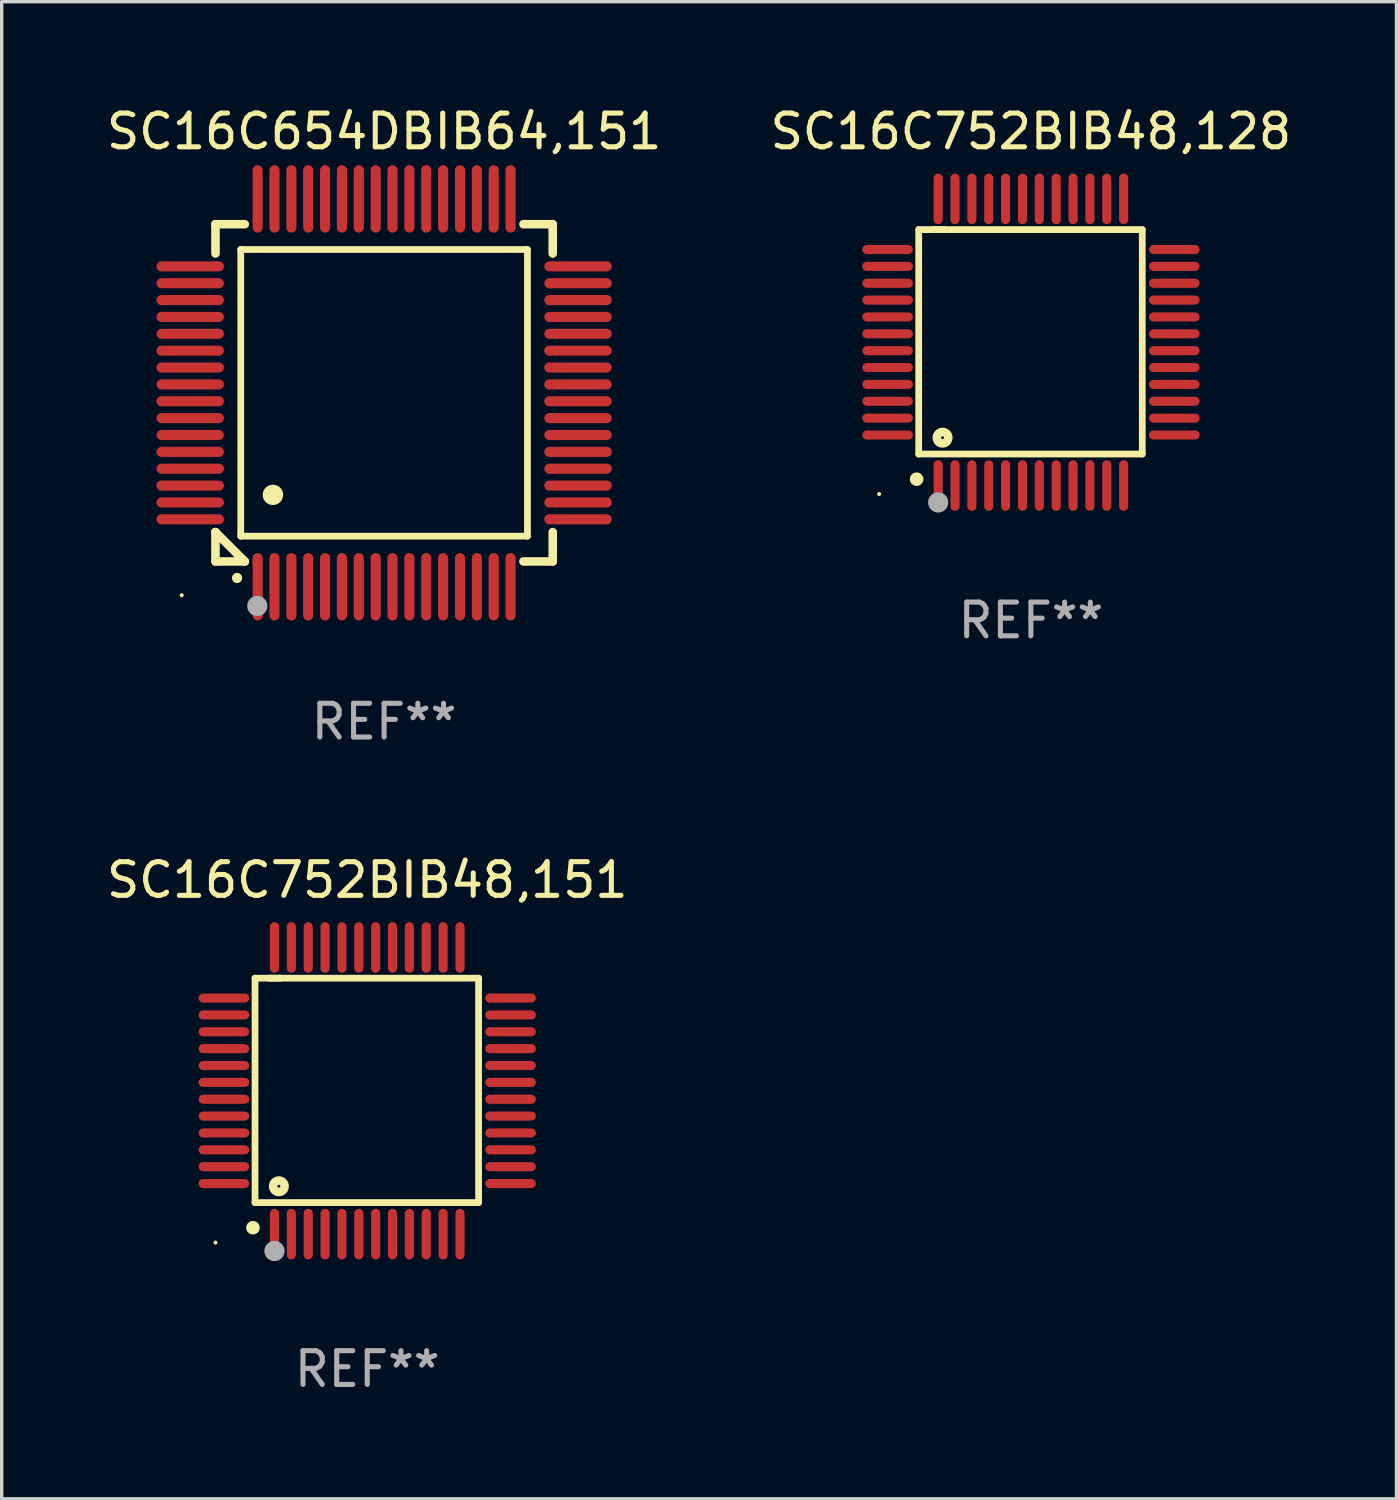
<source format=kicad_pcb>
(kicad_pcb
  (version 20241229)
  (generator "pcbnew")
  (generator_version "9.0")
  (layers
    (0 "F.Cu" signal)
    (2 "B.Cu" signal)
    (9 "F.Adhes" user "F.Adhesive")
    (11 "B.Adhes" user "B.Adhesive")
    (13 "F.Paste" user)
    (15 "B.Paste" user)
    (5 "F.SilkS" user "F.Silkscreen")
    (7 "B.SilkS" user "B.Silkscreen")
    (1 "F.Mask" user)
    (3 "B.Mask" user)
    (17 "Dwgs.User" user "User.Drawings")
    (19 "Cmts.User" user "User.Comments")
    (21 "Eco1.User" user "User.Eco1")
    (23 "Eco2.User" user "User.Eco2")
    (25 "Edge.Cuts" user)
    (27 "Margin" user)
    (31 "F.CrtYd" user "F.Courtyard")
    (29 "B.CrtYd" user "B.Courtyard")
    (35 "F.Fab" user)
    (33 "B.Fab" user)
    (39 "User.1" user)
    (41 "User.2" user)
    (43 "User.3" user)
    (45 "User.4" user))
  (footprint "SC16C752BIB48,128"
    (layer "F.Cu")
    (at 27.518 7.098)
    (property "Reference" "SC16C752BIB48,128" (at 0 -6.25 0) (layer "F.SilkS") (effects (font (size 1 1) (thickness 0.15))))
    (attr through_hole)
    (fp_line (start -3.327 -3.34) (end -2.565 -3.34) (stroke (width 0.2) (type solid)) (layer "F.SilkS"))
    (fp_line (start -3.327 3.315) (end -3.327 -3.34) (stroke (width 0.2) (type solid)) (layer "F.SilkS"))
    (fp_line (start -2.896 -3.34) (end 3.302 -3.34) (stroke (width 0.2) (type solid)) (layer "F.SilkS"))
    (fp_line (start 3.302 -3.34) (end 3.302 3.315) (stroke (width 0.2) (type solid)) (layer "F.SilkS"))
    (fp_line (start 3.302 3.315) (end -3.327 3.315) (stroke (width 0.2) (type solid)) (layer "F.SilkS"))
    (fp_arc (start -3.389992 4.059995) (mid -3.388722 4.059991) (end -3.387452 4.059995) (stroke (width 0.4) (type solid)) (layer "F.SilkS"))
    (fp_circle (center -4.5 4.5) (end -4.47 4.5) (stroke (width 0.06) (type solid)) (fill no) (layer "F.SilkS"))
    (fp_circle (center -2.62 2.83) (end -2.45 2.83) (stroke (width 0.254) (type solid)) (fill no) (layer "F.SilkS"))
    (fp_circle (center -2.75 4.75) (end -2.6 4.75) (stroke (width 0.3) (type solid)) (fill no) (layer "F.Fab"))
    (fp_text user "REF**" (at 0 8.25 0) (layer "F.Fab") (effects (font (size 1 1) (thickness 0.15))))
    (pad "1" smd oval (at -2.75 4.25) (size 0.27 1.5) (layers "F.Cu" "F.Mask" "F.Paste"))
    (pad "2" smd oval (at -2.25 4.25) (size 0.27 1.5) (layers "F.Cu" "F.Mask" "F.Paste"))
    (pad "3" smd oval (at -1.75 4.25) (size 0.27 1.5) (layers "F.Cu" "F.Mask" "F.Paste"))
    (pad "4" smd oval (at -1.25 4.25) (size 0.27 1.5) (layers "F.Cu" "F.Mask" "F.Paste"))
    (pad "5" smd oval (at -0.75 4.25) (size 0.27 1.5) (layers "F.Cu" "F.Mask" "F.Paste"))
    (pad "6" smd oval (at -0.25 4.25) (size 0.27 1.5) (layers "F.Cu" "F.Mask" "F.Paste"))
    (pad "7" smd oval (at 0.25 4.25) (size 0.27 1.5) (layers "F.Cu" "F.Mask" "F.Paste"))
    (pad "8" smd oval (at 0.75 4.25) (size 0.27 1.5) (layers "F.Cu" "F.Mask" "F.Paste"))
    (pad "9" smd oval (at 1.25 4.25) (size 0.27 1.5) (layers "F.Cu" "F.Mask" "F.Paste"))
    (pad "10" smd oval (at 1.75 4.25) (size 0.27 1.5) (layers "F.Cu" "F.Mask" "F.Paste"))
    (pad "11" smd oval (at 2.25 4.25) (size 0.27 1.5) (layers "F.Cu" "F.Mask" "F.Paste"))
    (pad "12" smd oval (at 2.75 4.25) (size 0.27 1.5) (layers "F.Cu" "F.Mask" "F.Paste"))
    (pad "13" smd oval (at 4.25 2.75) (size 1.5 0.27) (layers "F.Cu" "F.Mask" "F.Paste"))
    (pad "14" smd oval (at 4.25 2.25) (size 1.5 0.27) (layers "F.Cu" "F.Mask" "F.Paste"))
    (pad "15" smd oval (at 4.25 1.75) (size 1.5 0.27) (layers "F.Cu" "F.Mask" "F.Paste"))
    (pad "16" smd oval (at 4.25 1.25) (size 1.5 0.27) (layers "F.Cu" "F.Mask" "F.Paste"))
    (pad "17" smd oval (at 4.25 0.75) (size 1.5 0.27) (layers "F.Cu" "F.Mask" "F.Paste"))
    (pad "18" smd oval (at 4.25 0.25) (size 1.5 0.27) (layers "F.Cu" "F.Mask" "F.Paste"))
    (pad "19" smd oval (at 4.25 -0.25) (size 1.5 0.27) (layers "F.Cu" "F.Mask" "F.Paste"))
    (pad "20" smd oval (at 4.25 -0.75) (size 1.5 0.27) (layers "F.Cu" "F.Mask" "F.Paste"))
    (pad "21" smd oval (at 4.25 -1.25) (size 1.5 0.27) (layers "F.Cu" "F.Mask" "F.Paste"))
    (pad "22" smd oval (at 4.25 -1.75) (size 1.5 0.27) (layers "F.Cu" "F.Mask" "F.Paste"))
    (pad "23" smd oval (at 4.25 -2.25) (size 1.5 0.27) (layers "F.Cu" "F.Mask" "F.Paste"))
    (pad "24" smd oval (at 4.25 -2.75) (size 1.5 0.27) (layers "F.Cu" "F.Mask" "F.Paste"))
    (pad "25" smd oval (at 2.75 -4.25) (size 0.27 1.5) (layers "F.Cu" "F.Mask" "F.Paste"))
    (pad "26" smd oval (at 2.25 -4.25) (size 0.27 1.5) (layers "F.Cu" "F.Mask" "F.Paste"))
    (pad "27" smd oval (at 1.75 -4.25) (size 0.27 1.5) (layers "F.Cu" "F.Mask" "F.Paste"))
    (pad "28" smd oval (at 1.25 -4.25) (size 0.27 1.5) (layers "F.Cu" "F.Mask" "F.Paste"))
    (pad "29" smd oval (at 0.75 -4.25) (size 0.27 1.5) (layers "F.Cu" "F.Mask" "F.Paste"))
    (pad "30" smd oval (at 0.25 -4.25) (size 0.27 1.5) (layers "F.Cu" "F.Mask" "F.Paste"))
    (pad "31" smd oval (at -0.25 -4.25) (size 0.27 1.5) (layers "F.Cu" "F.Mask" "F.Paste"))
    (pad "32" smd oval (at -0.75 -4.25) (size 0.27 1.5) (layers "F.Cu" "F.Mask" "F.Paste"))
    (pad "33" smd oval (at -1.25 -4.25) (size 0.27 1.5) (layers "F.Cu" "F.Mask" "F.Paste"))
    (pad "34" smd oval (at -1.75 -4.25) (size 0.27 1.5) (layers "F.Cu" "F.Mask" "F.Paste"))
    (pad "35" smd oval (at -2.25 -4.25) (size 0.27 1.5) (layers "F.Cu" "F.Mask" "F.Paste"))
    (pad "36" smd oval (at -2.75 -4.25) (size 0.27 1.5) (layers "F.Cu" "F.Mask" "F.Paste"))
    (pad "37" smd oval (at -4.25 -2.75) (size 1.5 0.27) (layers "F.Cu" "F.Mask" "F.Paste"))
    (pad "38" smd oval (at -4.25 -2.25) (size 1.5 0.27) (layers "F.Cu" "F.Mask" "F.Paste"))
    (pad "39" smd oval (at -4.25 -1.75) (size 1.5 0.27) (layers "F.Cu" "F.Mask" "F.Paste"))
    (pad "40" smd oval (at -4.25 -1.25) (size 1.5 0.27) (layers "F.Cu" "F.Mask" "F.Paste"))
    (pad "41" smd oval (at -4.25 -0.75) (size 1.5 0.27) (layers "F.Cu" "F.Mask" "F.Paste"))
    (pad "42" smd oval (at -4.25 -0.25) (size 1.5 0.27) (layers "F.Cu" "F.Mask" "F.Paste"))
    (pad "43" smd oval (at -4.25 0.25) (size 1.5 0.27) (layers "F.Cu" "F.Mask" "F.Paste"))
    (pad "44" smd oval (at -4.25 0.75) (size 1.5 0.27) (layers "F.Cu" "F.Mask" "F.Paste"))
    (pad "45" smd oval (at -4.25 1.25) (size 1.5 0.27) (layers "F.Cu" "F.Mask" "F.Paste"))
    (pad "46" smd oval (at -4.25 1.75) (size 1.5 0.27) (layers "F.Cu" "F.Mask" "F.Paste"))
    (pad "47" smd oval (at -4.25 2.25) (size 1.5 0.27) (layers "F.Cu" "F.Mask" "F.Paste"))
    (pad "48" smd oval (at -4.25 2.75) (size 1.5 0.27) (layers "F.Cu" "F.Mask" "F.Paste")))
  (footprint "SC16C752BIB48,151"
    (layer "F.Cu")
    (at 7.839 29.294)
    (property "Reference" "SC16C752BIB48,151" (at 0 -6.25 0) (layer "F.SilkS") (effects (font (size 1 1) (thickness 0.15))))
    (attr through_hole)
    (fp_line (start -3.327 -3.34) (end -2.565 -3.34) (stroke (width 0.2) (type solid)) (layer "F.SilkS"))
    (fp_line (start -3.327 3.315) (end -3.327 -3.34) (stroke (width 0.2) (type solid)) (layer "F.SilkS"))
    (fp_line (start -2.896 -3.34) (end 3.302 -3.34) (stroke (width 0.2) (type solid)) (layer "F.SilkS"))
    (fp_line (start 3.302 -3.34) (end 3.302 3.315) (stroke (width 0.2) (type solid)) (layer "F.SilkS"))
    (fp_line (start 3.302 3.315) (end -3.327 3.315) (stroke (width 0.2) (type solid)) (layer "F.SilkS"))
    (fp_arc (start -3.389992 4.059995) (mid -3.388722 4.059991) (end -3.387452 4.059995) (stroke (width 0.4) (type solid)) (layer "F.SilkS"))
    (fp_circle (center -4.5 4.5) (end -4.47 4.5) (stroke (width 0.06) (type solid)) (fill no) (layer "F.SilkS"))
    (fp_circle (center -2.62 2.83) (end -2.45 2.83) (stroke (width 0.254) (type solid)) (fill no) (layer "F.SilkS"))
    (fp_circle (center -2.75 4.75) (end -2.6 4.75) (stroke (width 0.3) (type solid)) (fill no) (layer "F.Fab"))
    (fp_text user "REF**" (at 0 8.25 0) (layer "F.Fab") (effects (font (size 1 1) (thickness 0.15))))
    (pad "1" smd oval (at -2.75 4.25) (size 0.27 1.5) (layers "F.Cu" "F.Mask" "F.Paste"))
    (pad "2" smd oval (at -2.25 4.25) (size 0.27 1.5) (layers "F.Cu" "F.Mask" "F.Paste"))
    (pad "3" smd oval (at -1.75 4.25) (size 0.27 1.5) (layers "F.Cu" "F.Mask" "F.Paste"))
    (pad "4" smd oval (at -1.25 4.25) (size 0.27 1.5) (layers "F.Cu" "F.Mask" "F.Paste"))
    (pad "5" smd oval (at -0.75 4.25) (size 0.27 1.5) (layers "F.Cu" "F.Mask" "F.Paste"))
    (pad "6" smd oval (at -0.25 4.25) (size 0.27 1.5) (layers "F.Cu" "F.Mask" "F.Paste"))
    (pad "7" smd oval (at 0.25 4.25) (size 0.27 1.5) (layers "F.Cu" "F.Mask" "F.Paste"))
    (pad "8" smd oval (at 0.75 4.25) (size 0.27 1.5) (layers "F.Cu" "F.Mask" "F.Paste"))
    (pad "9" smd oval (at 1.25 4.25) (size 0.27 1.5) (layers "F.Cu" "F.Mask" "F.Paste"))
    (pad "10" smd oval (at 1.75 4.25) (size 0.27 1.5) (layers "F.Cu" "F.Mask" "F.Paste"))
    (pad "11" smd oval (at 2.25 4.25) (size 0.27 1.5) (layers "F.Cu" "F.Mask" "F.Paste"))
    (pad "12" smd oval (at 2.75 4.25) (size 0.27 1.5) (layers "F.Cu" "F.Mask" "F.Paste"))
    (pad "13" smd oval (at 4.25 2.75) (size 1.5 0.27) (layers "F.Cu" "F.Mask" "F.Paste"))
    (pad "14" smd oval (at 4.25 2.25) (size 1.5 0.27) (layers "F.Cu" "F.Mask" "F.Paste"))
    (pad "15" smd oval (at 4.25 1.75) (size 1.5 0.27) (layers "F.Cu" "F.Mask" "F.Paste"))
    (pad "16" smd oval (at 4.25 1.25) (size 1.5 0.27) (layers "F.Cu" "F.Mask" "F.Paste"))
    (pad "17" smd oval (at 4.25 0.75) (size 1.5 0.27) (layers "F.Cu" "F.Mask" "F.Paste"))
    (pad "18" smd oval (at 4.25 0.25) (size 1.5 0.27) (layers "F.Cu" "F.Mask" "F.Paste"))
    (pad "19" smd oval (at 4.25 -0.25) (size 1.5 0.27) (layers "F.Cu" "F.Mask" "F.Paste"))
    (pad "20" smd oval (at 4.25 -0.75) (size 1.5 0.27) (layers "F.Cu" "F.Mask" "F.Paste"))
    (pad "21" smd oval (at 4.25 -1.25) (size 1.5 0.27) (layers "F.Cu" "F.Mask" "F.Paste"))
    (pad "22" smd oval (at 4.25 -1.75) (size 1.5 0.27) (layers "F.Cu" "F.Mask" "F.Paste"))
    (pad "23" smd oval (at 4.25 -2.25) (size 1.5 0.27) (layers "F.Cu" "F.Mask" "F.Paste"))
    (pad "24" smd oval (at 4.25 -2.75) (size 1.5 0.27) (layers "F.Cu" "F.Mask" "F.Paste"))
    (pad "25" smd oval (at 2.75 -4.25) (size 0.27 1.5) (layers "F.Cu" "F.Mask" "F.Paste"))
    (pad "26" smd oval (at 2.25 -4.25) (size 0.27 1.5) (layers "F.Cu" "F.Mask" "F.Paste"))
    (pad "27" smd oval (at 1.75 -4.25) (size 0.27 1.5) (layers "F.Cu" "F.Mask" "F.Paste"))
    (pad "28" smd oval (at 1.25 -4.25) (size 0.27 1.5) (layers "F.Cu" "F.Mask" "F.Paste"))
    (pad "29" smd oval (at 0.75 -4.25) (size 0.27 1.5) (layers "F.Cu" "F.Mask" "F.Paste"))
    (pad "30" smd oval (at 0.25 -4.25) (size 0.27 1.5) (layers "F.Cu" "F.Mask" "F.Paste"))
    (pad "31" smd oval (at -0.25 -4.25) (size 0.27 1.5) (layers "F.Cu" "F.Mask" "F.Paste"))
    (pad "32" smd oval (at -0.75 -4.25) (size 0.27 1.5) (layers "F.Cu" "F.Mask" "F.Paste"))
    (pad "33" smd oval (at -1.25 -4.25) (size 0.27 1.5) (layers "F.Cu" "F.Mask" "F.Paste"))
    (pad "34" smd oval (at -1.75 -4.25) (size 0.27 1.5) (layers "F.Cu" "F.Mask" "F.Paste"))
    (pad "35" smd oval (at -2.25 -4.25) (size 0.27 1.5) (layers "F.Cu" "F.Mask" "F.Paste"))
    (pad "36" smd oval (at -2.75 -4.25) (size 0.27 1.5) (layers "F.Cu" "F.Mask" "F.Paste"))
    (pad "37" smd oval (at -4.25 -2.75) (size 1.5 0.27) (layers "F.Cu" "F.Mask" "F.Paste"))
    (pad "38" smd oval (at -4.25 -2.25) (size 1.5 0.27) (layers "F.Cu" "F.Mask" "F.Paste"))
    (pad "39" smd oval (at -4.25 -1.75) (size 1.5 0.27) (layers "F.Cu" "F.Mask" "F.Paste"))
    (pad "40" smd oval (at -4.25 -1.25) (size 1.5 0.27) (layers "F.Cu" "F.Mask" "F.Paste"))
    (pad "41" smd oval (at -4.25 -0.75) (size 1.5 0.27) (layers "F.Cu" "F.Mask" "F.Paste"))
    (pad "42" smd oval (at -4.25 -0.25) (size 1.5 0.27) (layers "F.Cu" "F.Mask" "F.Paste"))
    (pad "43" smd oval (at -4.25 0.25) (size 1.5 0.27) (layers "F.Cu" "F.Mask" "F.Paste"))
    (pad "44" smd oval (at -4.25 0.75) (size 1.5 0.27) (layers "F.Cu" "F.Mask" "F.Paste"))
    (pad "45" smd oval (at -4.25 1.25) (size 1.5 0.27) (layers "F.Cu" "F.Mask" "F.Paste"))
    (pad "46" smd oval (at -4.25 1.75) (size 1.5 0.27) (layers "F.Cu" "F.Mask" "F.Paste"))
    (pad "47" smd oval (at -4.25 2.25) (size 1.5 0.27) (layers "F.Cu" "F.Mask" "F.Paste"))
    (pad "48" smd oval (at -4.25 2.75) (size 1.5 0.27) (layers "F.Cu" "F.Mask" "F.Paste")))
  (footprint "SC16C654DBIB64,151"
    (layer "F.Cu")
    (at 8.339 8.598)
    (property "Reference" "SC16C654DBIB64,151" (at 0 -7.75 0) (layer "F.SilkS") (effects (font (size 1 1) (thickness 0.15))))
    (attr through_hole)
    (fp_line (start -5 -5) (end -4.131 -5) (stroke (width 0.254) (type solid)) (layer "F.SilkS"))
    (fp_line (start -5 -4.131) (end -5 -5) (stroke (width 0.254) (type solid)) (layer "F.SilkS"))
    (fp_line (start -5 4.131) (end -5 4.131) (stroke (width 0.254) (type solid)) (layer "F.SilkS"))
    (fp_line (start -5 5) (end -5 4.131) (stroke (width 0.254) (type solid)) (layer "F.SilkS"))
    (fp_line (start -5 4.131) (end -4.131 5) (stroke (width 0.254) (type solid)) (layer "F.SilkS"))
    (fp_line (start -4.25 -4.25) (end -4.25 4.25) (stroke (width 0.2) (type solid)) (layer "F.SilkS"))
    (fp_line (start -4.25 4.25) (end 4.25 4.25) (stroke (width 0.2) (type solid)) (layer "F.SilkS"))
    (fp_line (start -4.131 5) (end -5 5) (stroke (width 0.254) (type solid)) (layer "F.SilkS"))
    (fp_line (start 4.25 -4.25) (end -4.25 -4.25) (stroke (width 0.2) (type solid)) (layer "F.SilkS"))
    (fp_line (start 4.25 4.25) (end 4.25 -4.25) (stroke (width 0.2) (type solid)) (layer "F.SilkS"))
    (fp_line (start 5 -5) (end 4.131 -5) (stroke (width 0.254) (type solid)) (layer "F.SilkS"))
    (fp_line (start 5 -5) (end 5 -4.131) (stroke (width 0.254) (type solid)) (layer "F.SilkS"))
    (fp_line (start 5 4.131) (end 5 5) (stroke (width 0.254) (type solid)) (layer "F.SilkS"))
    (fp_line (start 5 5) (end 4.131 5) (stroke (width 0.254) (type solid)) (layer "F.SilkS"))
    (fp_arc (start -4.361265 5.489992) (mid -4.359995 5.489987) (end -4.358725 5.489992) (stroke (width 0.3) (type solid)) (layer "F.SilkS"))
    (fp_arc (start -3.299467 3.025146) (mid -3.296927 3.025135) (end -3.294387 3.025146) (stroke (width 0.6) (type solid)) (layer "F.SilkS"))
    (fp_circle (center -6 6) (end -5.97 6) (stroke (width 0.06) (type solid)) (fill no) (layer "F.SilkS"))
    (fp_circle (center -3.76 6.32) (end -3.61 6.32) (stroke (width 0.3) (type solid)) (fill no) (layer "F.Fab"))
    (fp_text user "REF**" (at 0 9.75 0) (layer "F.Fab") (effects (font (size 1 1) (thickness 0.15))))
    (pad "1" smd oval (at -3.75 5.75) (size 0.3 2) (layers "F.Cu" "F.Mask" "F.Paste"))
    (pad "2" smd oval (at -3.25 5.75) (size 0.3 2) (layers "F.Cu" "F.Mask" "F.Paste"))
    (pad "3" smd oval (at -2.75 5.75) (size 0.3 2) (layers "F.Cu" "F.Mask" "F.Paste"))
    (pad "4" smd oval (at -2.25 5.75) (size 0.3 2) (layers "F.Cu" "F.Mask" "F.Paste"))
    (pad "5" smd oval (at -1.75 5.75) (size 0.3 2) (layers "F.Cu" "F.Mask" "F.Paste"))
    (pad "6" smd oval (at -1.25 5.75) (size 0.3 2) (layers "F.Cu" "F.Mask" "F.Paste"))
    (pad "7" smd oval (at -0.75 5.75) (size 0.3 2) (layers "F.Cu" "F.Mask" "F.Paste"))
    (pad "8" smd oval (at -0.25 5.75) (size 0.3 2) (layers "F.Cu" "F.Mask" "F.Paste"))
    (pad "9" smd oval (at 0.25 5.75) (size 0.3 2) (layers "F.Cu" "F.Mask" "F.Paste"))
    (pad "10" smd oval (at 0.75 5.75) (size 0.3 2) (layers "F.Cu" "F.Mask" "F.Paste"))
    (pad "11" smd oval (at 1.25 5.75) (size 0.3 2) (layers "F.Cu" "F.Mask" "F.Paste"))
    (pad "12" smd oval (at 1.75 5.75) (size 0.3 2) (layers "F.Cu" "F.Mask" "F.Paste"))
    (pad "13" smd oval (at 2.25 5.75) (size 0.3 2) (layers "F.Cu" "F.Mask" "F.Paste"))
    (pad "14" smd oval (at 2.75 5.75) (size 0.3 2) (layers "F.Cu" "F.Mask" "F.Paste"))
    (pad "15" smd oval (at 3.25 5.75) (size 0.3 2) (layers "F.Cu" "F.Mask" "F.Paste"))
    (pad "16" smd oval (at 3.75 5.75) (size 0.3 2) (layers "F.Cu" "F.Mask" "F.Paste"))
    (pad "17" smd oval (at 5.75 3.75) (size 2 0.3) (layers "F.Cu" "F.Mask" "F.Paste"))
    (pad "18" smd oval (at 5.75 3.25) (size 2 0.3) (layers "F.Cu" "F.Mask" "F.Paste"))
    (pad "19" smd oval (at 5.75 2.75) (size 2 0.3) (layers "F.Cu" "F.Mask" "F.Paste"))
    (pad "20" smd oval (at 5.75 2.25) (size 2 0.3) (layers "F.Cu" "F.Mask" "F.Paste"))
    (pad "21" smd oval (at 5.75 1.75) (size 2 0.3) (layers "F.Cu" "F.Mask" "F.Paste"))
    (pad "22" smd oval (at 5.75 1.25) (size 2 0.3) (layers "F.Cu" "F.Mask" "F.Paste"))
    (pad "23" smd oval (at 5.75 0.75) (size 2 0.3) (layers "F.Cu" "F.Mask" "F.Paste"))
    (pad "24" smd oval (at 5.75 0.25) (size 2 0.3) (layers "F.Cu" "F.Mask" "F.Paste"))
    (pad "25" smd oval (at 5.75 -0.25) (size 2 0.3) (layers "F.Cu" "F.Mask" "F.Paste"))
    (pad "26" smd oval (at 5.75 -0.75) (size 2 0.3) (layers "F.Cu" "F.Mask" "F.Paste"))
    (pad "27" smd oval (at 5.75 -1.25) (size 2 0.3) (layers "F.Cu" "F.Mask" "F.Paste"))
    (pad "28" smd oval (at 5.75 -1.75) (size 2 0.3) (layers "F.Cu" "F.Mask" "F.Paste"))
    (pad "29" smd oval (at 5.75 -2.25) (size 2 0.3) (layers "F.Cu" "F.Mask" "F.Paste"))
    (pad "30" smd oval (at 5.75 -2.75) (size 2 0.3) (layers "F.Cu" "F.Mask" "F.Paste"))
    (pad "31" smd oval (at 5.75 -3.25) (size 2 0.3) (layers "F.Cu" "F.Mask" "F.Paste"))
    (pad "32" smd oval (at 5.75 -3.75) (size 2 0.3) (layers "F.Cu" "F.Mask" "F.Paste"))
    (pad "33" smd oval (at 3.75 -5.75) (size 0.3 2) (layers "F.Cu" "F.Mask" "F.Paste"))
    (pad "34" smd oval (at 3.25 -5.75) (size 0.3 2) (layers "F.Cu" "F.Mask" "F.Paste"))
    (pad "35" smd oval (at 2.75 -5.75) (size 0.3 2) (layers "F.Cu" "F.Mask" "F.Paste"))
    (pad "36" smd oval (at 2.25 -5.75) (size 0.3 2) (layers "F.Cu" "F.Mask" "F.Paste"))
    (pad "37" smd oval (at 1.75 -5.75) (size 0.3 2) (layers "F.Cu" "F.Mask" "F.Paste"))
    (pad "38" smd oval (at 1.25 -5.75) (size 0.3 2) (layers "F.Cu" "F.Mask" "F.Paste"))
    (pad "39" smd oval (at 0.75 -5.75) (size 0.3 2) (layers "F.Cu" "F.Mask" "F.Paste"))
    (pad "40" smd oval (at 0.25 -5.75) (size 0.3 2) (layers "F.Cu" "F.Mask" "F.Paste"))
    (pad "41" smd oval (at -0.25 -5.75) (size 0.3 2) (layers "F.Cu" "F.Mask" "F.Paste"))
    (pad "42" smd oval (at -0.75 -5.75) (size 0.3 2) (layers "F.Cu" "F.Mask" "F.Paste"))
    (pad "43" smd oval (at -1.25 -5.75) (size 0.3 2) (layers "F.Cu" "F.Mask" "F.Paste"))
    (pad "44" smd oval (at -1.75 -5.75) (size 0.3 2) (layers "F.Cu" "F.Mask" "F.Paste"))
    (pad "45" smd oval (at -2.25 -5.75) (size 0.3 2) (layers "F.Cu" "F.Mask" "F.Paste"))
    (pad "46" smd oval (at -2.75 -5.75) (size 0.3 2) (layers "F.Cu" "F.Mask" "F.Paste"))
    (pad "47" smd oval (at -3.25 -5.75) (size 0.3 2) (layers "F.Cu" "F.Mask" "F.Paste"))
    (pad "48" smd oval (at -3.75 -5.75) (size 0.3 2) (layers "F.Cu" "F.Mask" "F.Paste"))
    (pad "49" smd oval (at -5.75 -3.75) (size 2 0.3) (layers "F.Cu" "F.Mask" "F.Paste"))
    (pad "50" smd oval (at -5.75 -3.25) (size 2 0.3) (layers "F.Cu" "F.Mask" "F.Paste"))
    (pad "51" smd oval (at -5.75 -2.75) (size 2 0.3) (layers "F.Cu" "F.Mask" "F.Paste"))
    (pad "52" smd oval (at -5.75 -2.25) (size 2 0.3) (layers "F.Cu" "F.Mask" "F.Paste"))
    (pad "53" smd oval (at -5.75 -1.75) (size 2 0.3) (layers "F.Cu" "F.Mask" "F.Paste"))
    (pad "54" smd oval (at -5.75 -1.25) (size 2 0.3) (layers "F.Cu" "F.Mask" "F.Paste"))
    (pad "55" smd oval (at -5.75 -0.75) (size 2 0.3) (layers "F.Cu" "F.Mask" "F.Paste"))
    (pad "56" smd oval (at -5.75 -0.25) (size 2 0.3) (layers "F.Cu" "F.Mask" "F.Paste"))
    (pad "57" smd oval (at -5.75 0.25) (size 2 0.3) (layers "F.Cu" "F.Mask" "F.Paste"))
    (pad "58" smd oval (at -5.75 0.75) (size 2 0.3) (layers "F.Cu" "F.Mask" "F.Paste"))
    (pad "59" smd oval (at -5.75 1.25) (size 2 0.3) (layers "F.Cu" "F.Mask" "F.Paste"))
    (pad "60" smd oval (at -5.75 1.75) (size 2 0.3) (layers "F.Cu" "F.Mask" "F.Paste"))
    (pad "61" smd oval (at -5.75 2.25) (size 2 0.3) (layers "F.Cu" "F.Mask" "F.Paste"))
    (pad "62" smd oval (at -5.75 2.75) (size 2 0.3) (layers "F.Cu" "F.Mask" "F.Paste"))
    (pad "63" smd oval (at -5.75 3.25) (size 2 0.3) (layers "F.Cu" "F.Mask" "F.Paste"))
    (pad "64" smd oval (at -5.75 3.75) (size 2 0.3) (layers "F.Cu" "F.Mask" "F.Paste")))
  (gr_rect
    (start -3 -3)
    (end 38.357 41.392)
    (stroke (width 0.1) (type default))
    (fill no)
    (layer "Edge.Cuts")))
</source>
